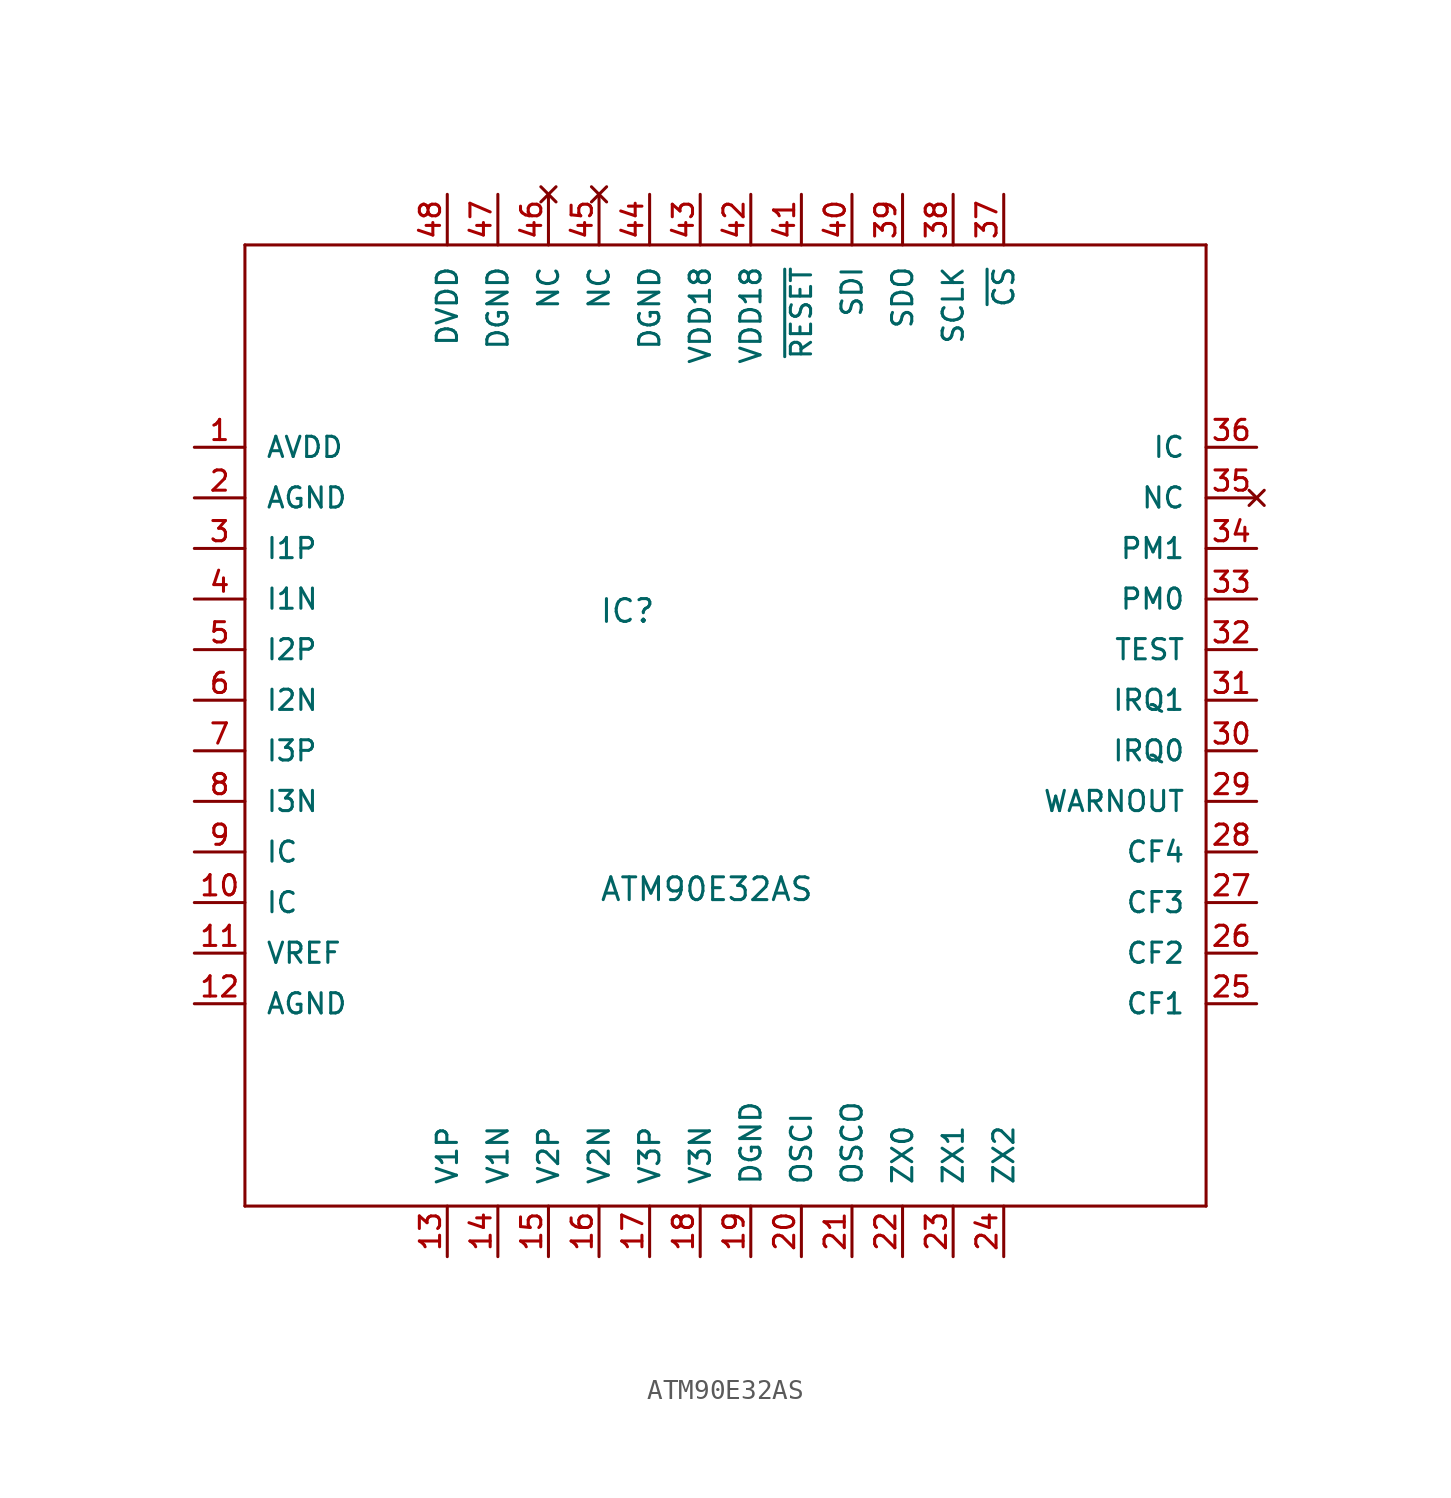
<source format=kicad_sym>
(kicad_symbol_lib
  (version 20220914)
  (generator kicad_symbol_editor)
  (symbol "ATM90E32AS"
    (pin_names
      (offset 1.016))
    (property "Reference" "IC"
      (at -7.62 3.81 0)
      (effects (font (size 1.143 1.143)) (justify left bottom)))
    (property "Value" "ATM90E32AS"
      (at -7.62 -10.16 0)
      (effects (font (size 1.143 1.143)) (justify left bottom)))
    (symbol "ATM90E32AS_1_0"
      (polyline (pts (xy -25.4 -25.4) (xy 22.86 -25.4)) (stroke (width 0) (type default)) (fill (type none)))
      (polyline (pts (xy -25.4 22.86) (xy -25.4 -25.4)) (stroke (width 0) (type default)) (fill (type none)))
      (polyline (pts (xy 22.86 -25.4) (xy 22.86 22.86)) (stroke (width 0) (type default)) (fill (type none)))
      (polyline (pts (xy 22.86 22.86) (xy -25.4 22.86)) (stroke (width 0) (type default)) (fill (type none))))
    (symbol "ATM90E32AS_1_1"
      (pin power_in line (at -27.94 12.7 0) (length 2.54) (name "AVDD" (effects (font (size 1.016 1.016)))) (number "1" (effects (font (size 1.016 1.016)))))
      (pin input line (at -27.94 -10.16 0) (length 2.54) (name "IC" (effects (font (size 1.016 1.016)))) (number "10" (effects (font (size 1.016 1.016)))))
      (pin bidirectional line (at -27.94 -12.7 0) (length 2.54) (name "VREF" (effects (font (size 1.016 1.016)))) (number "11" (effects (font (size 1.016 1.016)))))
      (pin power_in line (at -27.94 -15.24 0) (length 2.54) (name "AGND" (effects (font (size 1.016 1.016)))) (number "12" (effects (font (size 1.016 1.016)))))
      (pin input line (at -15.24 -27.94 90) (length 2.54) (name "V1P" (effects (font (size 1.016 1.016)))) (number "13" (effects (font (size 1.016 1.016)))))
      (pin input line (at -12.7 -27.94 90) (length 2.54) (name "V1N" (effects (font (size 1.016 1.016)))) (number "14" (effects (font (size 1.016 1.016)))))
      (pin input line (at -10.16 -27.94 90) (length 2.54) (name "V2P" (effects (font (size 1.016 1.016)))) (number "15" (effects (font (size 1.016 1.016)))))
      (pin input line (at -7.62 -27.94 90) (length 2.54) (name "V2N" (effects (font (size 1.016 1.016)))) (number "16" (effects (font (size 1.016 1.016)))))
      (pin input line (at -5.08 -27.94 90) (length 2.54) (name "V3P" (effects (font (size 1.016 1.016)))) (number "17" (effects (font (size 1.016 1.016)))))
      (pin input line (at -2.54 -27.94 90) (length 2.54) (name "V3N" (effects (font (size 1.016 1.016)))) (number "18" (effects (font (size 1.016 1.016)))))
      (pin power_in line (at 0 -27.94 90) (length 2.54) (name "DGND" (effects (font (size 1.016 1.016)))) (number "19" (effects (font (size 1.016 1.016)))))
      (pin power_in line (at -27.94 10.16 0) (length 2.54) (name "AGND" (effects (font (size 1.016 1.016)))) (number "2" (effects (font (size 1.016 1.016)))))
      (pin input line (at 2.54 -27.94 90) (length 2.54) (name "OSCI" (effects (font (size 1.016 1.016)))) (number "20" (effects (font (size 1.016 1.016)))))
      (pin output line (at 5.08 -27.94 90) (length 2.54) (name "OSCO" (effects (font (size 1.016 1.016)))) (number "21" (effects (font (size 1.016 1.016)))))
      (pin output line (at 7.62 -27.94 90) (length 2.54) (name "ZX0" (effects (font (size 1.016 1.016)))) (number "22" (effects (font (size 1.016 1.016)))))
      (pin output line (at 10.16 -27.94 90) (length 2.54) (name "ZX1" (effects (font (size 1.016 1.016)))) (number "23" (effects (font (size 1.016 1.016)))))
      (pin output line (at 12.7 -27.94 90) (length 2.54) (name "ZX2" (effects (font (size 1.016 1.016)))) (number "24" (effects (font (size 1.016 1.016)))))
      (pin output line (at 25.4 -15.24 180) (length 2.54) (name "CF1" (effects (font (size 1.016 1.016)))) (number "25" (effects (font (size 1.016 1.016)))))
      (pin output line (at 25.4 -12.7 180) (length 2.54) (name "CF2" (effects (font (size 1.016 1.016)))) (number "26" (effects (font (size 1.016 1.016)))))
      (pin output line (at 25.4 -10.16 180) (length 2.54) (name "CF3" (effects (font (size 1.016 1.016)))) (number "27" (effects (font (size 1.016 1.016)))))
      (pin output line (at 25.4 -7.62 180) (length 2.54) (name "CF4" (effects (font (size 1.016 1.016)))) (number "28" (effects (font (size 1.016 1.016)))))
      (pin output line (at 25.4 -5.08 180) (length 2.54) (name "WARNOUT" (effects (font (size 1.016 1.016)))) (number "29" (effects (font (size 1.016 1.016)))))
      (pin input line (at -27.94 7.62 0) (length 2.54) (name "I1P" (effects (font (size 1.016 1.016)))) (number "3" (effects (font (size 1.016 1.016)))))
      (pin output line (at 25.4 -2.54 180) (length 2.54) (name "IRQ0" (effects (font (size 1.016 1.016)))) (number "30" (effects (font (size 1.016 1.016)))))
      (pin output line (at 25.4 0 180) (length 2.54) (name "IRQ1" (effects (font (size 1.016 1.016)))) (number "31" (effects (font (size 1.016 1.016)))))
      (pin power_in line (at 25.4 2.54 180) (length 2.54) (name "TEST" (effects (font (size 1.016 1.016)))) (number "32" (effects (font (size 1.016 1.016)))))
      (pin input line (at 25.4 5.08 180) (length 2.54) (name "PM0" (effects (font (size 1.016 1.016)))) (number "33" (effects (font (size 1.016 1.016)))))
      (pin input line (at 25.4 7.62 180) (length 2.54) (name "PM1" (effects (font (size 1.016 1.016)))) (number "34" (effects (font (size 1.016 1.016)))))
      (pin no_connect line (at 25.4 10.16 180) (length 2.54) (name "NC" (effects (font (size 1.016 1.016)))) (number "35" (effects (font (size 1.016 1.016)))))
      (pin input line (at 25.4 12.7 180) (length 2.54) (name "IC" (effects (font (size 1.016 1.016)))) (number "36" (effects (font (size 1.016 1.016)))))
      (pin input line (at 12.7 25.4 270) (length 2.54) (name "~{CS}" (effects (font (size 1.016 1.016)))) (number "37" (effects (font (size 1.016 1.016)))))
      (pin input line (at 10.16 25.4 270) (length 2.54) (name "SCLK" (effects (font (size 1.016 1.016)))) (number "38" (effects (font (size 1.016 1.016)))))
      (pin output line (at 7.62 25.4 270) (length 2.54) (name "SDO" (effects (font (size 1.016 1.016)))) (number "39" (effects (font (size 1.016 1.016)))))
      (pin input line (at -27.94 5.08 0) (length 2.54) (name "I1N" (effects (font (size 1.016 1.016)))) (number "4" (effects (font (size 1.016 1.016)))))
      (pin input line (at 5.08 25.4 270) (length 2.54) (name "SDI" (effects (font (size 1.016 1.016)))) (number "40" (effects (font (size 1.016 1.016)))))
      (pin input line (at 2.54 25.4 270) (length 2.54) (name "~{RESET}" (effects (font (size 1.016 1.016)))) (number "41" (effects (font (size 1.016 1.016)))))
      (pin power_out line (at 0 25.4 270) (length 2.54) (name "VDD18" (effects (font (size 1.016 1.016)))) (number "42" (effects (font (size 1.016 1.016)))))
      (pin power_out line (at -2.54 25.4 270) (length 2.54) (name "VDD18" (effects (font (size 1.016 1.016)))) (number "43" (effects (font (size 1.016 1.016)))))
      (pin power_in line (at -5.08 25.4 270) (length 2.54) (name "DGND" (effects (font (size 1.016 1.016)))) (number "44" (effects (font (size 1.016 1.016)))))
      (pin no_connect line (at -7.62 25.4 270) (length 2.54) (name "NC" (effects (font (size 1.016 1.016)))) (number "45" (effects (font (size 1.016 1.016)))))
      (pin no_connect line (at -10.16 25.4 270) (length 2.54) (name "NC" (effects (font (size 1.016 1.016)))) (number "46" (effects (font (size 1.016 1.016)))))
      (pin power_in line (at -12.7 25.4 270) (length 2.54) (name "DGND" (effects (font (size 1.016 1.016)))) (number "47" (effects (font (size 1.016 1.016)))))
      (pin power_in line (at -15.24 25.4 270) (length 2.54) (name "DVDD" (effects (font (size 1.016 1.016)))) (number "48" (effects (font (size 1.016 1.016)))))
      (pin input line (at -27.94 2.54 0) (length 2.54) (name "I2P" (effects (font (size 1.016 1.016)))) (number "5" (effects (font (size 1.016 1.016)))))
      (pin input line (at -27.94 0 0) (length 2.54) (name "I2N" (effects (font (size 1.016 1.016)))) (number "6" (effects (font (size 1.016 1.016)))))
      (pin input line (at -27.94 -2.54 0) (length 2.54) (name "I3P" (effects (font (size 1.016 1.016)))) (number "7" (effects (font (size 1.016 1.016)))))
      (pin input line (at -27.94 -5.08 0) (length 2.54) (name "I3N" (effects (font (size 1.016 1.016)))) (number "8" (effects (font (size 1.016 1.016)))))
      (pin input line (at -27.94 -7.62 0) (length 2.54) (name "IC" (effects (font (size 1.016 1.016)))) (number "9" (effects (font (size 1.016 1.016))))))))
</source>
